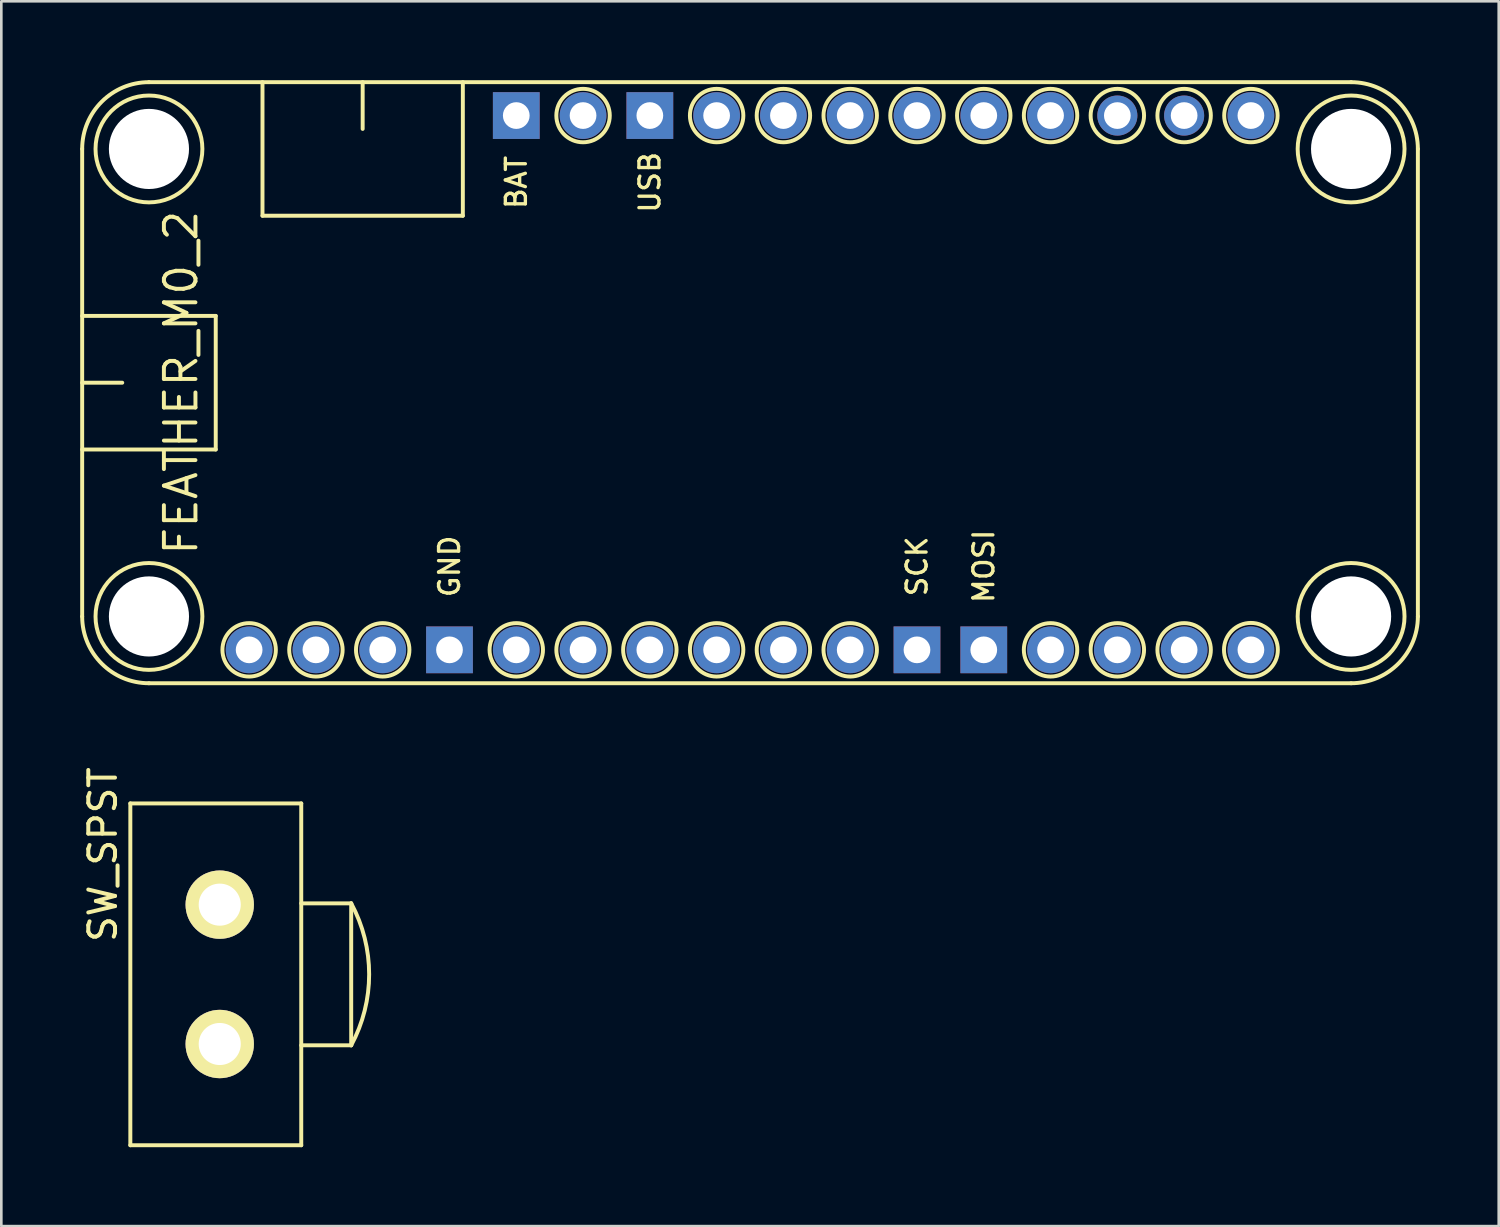
<source format=kicad_pcb>
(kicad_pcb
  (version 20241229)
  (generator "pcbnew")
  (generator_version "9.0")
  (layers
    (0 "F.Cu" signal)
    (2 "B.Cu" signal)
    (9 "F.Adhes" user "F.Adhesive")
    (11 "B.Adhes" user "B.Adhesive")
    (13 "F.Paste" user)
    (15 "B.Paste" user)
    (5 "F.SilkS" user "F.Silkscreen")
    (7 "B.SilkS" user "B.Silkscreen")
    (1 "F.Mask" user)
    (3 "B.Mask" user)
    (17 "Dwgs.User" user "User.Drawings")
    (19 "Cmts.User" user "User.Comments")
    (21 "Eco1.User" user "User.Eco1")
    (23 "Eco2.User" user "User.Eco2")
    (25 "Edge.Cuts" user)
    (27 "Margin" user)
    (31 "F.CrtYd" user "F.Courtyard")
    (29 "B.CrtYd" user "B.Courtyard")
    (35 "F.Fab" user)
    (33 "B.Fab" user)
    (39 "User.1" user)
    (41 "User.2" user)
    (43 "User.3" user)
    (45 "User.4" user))
  (footprint "SW_SPST"
    (layer "F.Cu")
    (at 5.307 34.006)
    (property "Reference" "SW_SPST" (at -4.445 -4.555 90) (layer "F.SilkS") (effects (font (size 1.016 1.016) (thickness 0.152))))
    (attr through_hole)
    (fp_line (start -3.4 -6.5) (end -3.4 6.5) (stroke (width 0.15) (type solid)) (layer "F.SilkS"))
    (fp_line (start -3.4 6.5) (end 3.1 6.5) (stroke (width 0.15) (type solid)) (layer "F.SilkS"))
    (fp_line (start 3.1 -6.5) (end -3.4 -6.5) (stroke (width 0.15) (type solid)) (layer "F.SilkS"))
    (fp_line (start 3.1 -2.7) (end 5 -2.7) (stroke (width 0.15) (type solid)) (layer "F.SilkS"))
    (fp_line (start 3.1 6.5) (end 3.1 -6.5) (stroke (width 0.15) (type solid)) (layer "F.SilkS"))
    (fp_line (start 5 -2.7) (end 5 2.7) (stroke (width 0.15) (type solid)) (layer "F.SilkS"))
    (fp_line (start 5 2.7) (end 3.1 2.7) (stroke (width 0.15) (type solid)) (layer "F.SilkS"))
    (fp_arc (start 5 -2.7) (mid 5.682429 0) (end 5 2.7) (stroke (width 0.15) (type solid)) (layer "F.SilkS"))
    (pad "1" thru_hole circle (at 0 2.65) (size 2.6 2.6) (drill 1.6) (layers "*.Cu" "*.Mask" "F.SilkS"))
    (pad "2" thru_hole circle (at 0 -2.65) (size 2.6 2.6) (drill 1.6) (layers "*.Cu" "*.Mask" "F.SilkS")))
  (footprint "FEATHER_M0_2"
    (layer "F.Cu")
    (at 25.475 11.505)
    (property "Reference" "FEATHER_M0_2" (at -21.639 0 90) (layer "F.SilkS") (effects (font (size 1.2 1.2) (thickness 0.15))))
    (attr through_hole)
    (fp_line (start -25.4 -8.89) (end -25.4 8.89) (stroke (width 0.15) (type solid)) (layer "F.SilkS"))
    (fp_line (start -25.4 -2.54) (end -20.32 -2.54) (stroke (width 0.15) (type solid)) (layer "F.SilkS"))
    (fp_line (start -25.4 0) (end -23.876 0) (stroke (width 0.15) (type solid)) (layer "F.SilkS"))
    (fp_line (start -22.86 11.43) (end 22.86 11.43) (stroke (width 0.15) (type solid)) (layer "F.SilkS"))
    (fp_line (start -20.32 -2.54) (end -20.32 2.54) (stroke (width 0.15) (type solid)) (layer "F.SilkS"))
    (fp_line (start -20.32 2.54) (end -25.4 2.54) (stroke (width 0.15) (type solid)) (layer "F.SilkS"))
    (fp_line (start -18.542 -6.35) (end -18.542 -11.43) (stroke (width 0.15) (type solid)) (layer "F.SilkS"))
    (fp_line (start -18.542 -6.35) (end -10.922 -6.35) (stroke (width 0.15) (type solid)) (layer "F.SilkS"))
    (fp_line (start -14.732 -11.43) (end -14.732 -9.652) (stroke (width 0.15) (type solid)) (layer "F.SilkS"))
    (fp_line (start -10.922 -6.35) (end -10.922 -11.43) (stroke (width 0.15) (type solid)) (layer "F.SilkS"))
    (fp_line (start 22.86 -11.43) (end -22.86 -11.43) (stroke (width 0.15) (type solid)) (layer "F.SilkS"))
    (fp_line (start 25.4 -8.89) (end 25.4 8.89) (stroke (width 0.15) (type solid)) (layer "F.SilkS"))
    (fp_arc (start -25.4 -8.89) (mid -24.656051 -10.686051) (end -22.86 -11.43) (stroke (width 0.15) (type solid)) (layer "F.SilkS"))
    (fp_arc (start -22.86 11.43) (mid -24.656051 10.686051) (end -25.4 8.89) (stroke (width 0.15) (type solid)) (layer "F.SilkS"))
    (fp_arc (start 22.86 -11.43) (mid 24.656051 -10.686051) (end 25.4 -8.89) (stroke (width 0.15) (type solid)) (layer "F.SilkS"))
    (fp_arc (start 25.4 8.89) (mid 24.656051 10.686051) (end 22.86 11.43) (stroke (width 0.15) (type solid)) (layer "F.SilkS"))
    (fp_circle (center -22.86 -8.89) (end -20.828 -8.89) (stroke (width 0.15) (type solid)) (fill no) (layer "F.SilkS"))
    (fp_circle (center -22.86 8.89) (end -20.828 8.89) (stroke (width 0.15) (type solid)) (fill no) (layer "F.SilkS"))
    (fp_circle (center -19.05 10.16) (end -18.034 10.16) (stroke (width 0.15) (type solid)) (fill no) (layer "F.SilkS"))
    (fp_circle (center -16.51 10.16) (end -15.494 10.16) (stroke (width 0.15) (type solid)) (fill no) (layer "F.SilkS"))
    (fp_circle (center -13.97 10.16) (end -12.954 10.16) (stroke (width 0.15) (type solid)) (fill no) (layer "F.SilkS"))
    (fp_circle (center -8.89 10.16) (end -9.906 10.16) (stroke (width 0.15) (type solid)) (fill no) (layer "F.SilkS"))
    (fp_circle (center -6.35 -10.16) (end -5.334 -10.16) (stroke (width 0.15) (type solid)) (fill no) (layer "F.SilkS"))
    (fp_circle (center -6.35 10.16) (end -7.366 10.16) (stroke (width 0.15) (type solid)) (fill no) (layer "F.SilkS"))
    (fp_circle (center -3.81 10.16) (end -4.826 10.16) (stroke (width 0.15) (type solid)) (fill no) (layer "F.SilkS"))
    (fp_circle (center -1.27 -10.16) (end -0.254 -10.16) (stroke (width 0.15) (type solid)) (fill no) (layer "F.SilkS"))
    (fp_circle (center -1.27 10.16) (end -2.286 10.16) (stroke (width 0.15) (type solid)) (fill no) (layer "F.SilkS"))
    (fp_circle (center 1.27 -10.16) (end 2.286 -10.16) (stroke (width 0.15) (type solid)) (fill no) (layer "F.SilkS"))
    (fp_circle (center 1.27 10.16) (end 0.254 10.16) (stroke (width 0.15) (type solid)) (fill no) (layer "F.SilkS"))
    (fp_circle (center 3.81 -10.16) (end 4.826 -10.16) (stroke (width 0.15) (type solid)) (fill no) (layer "F.SilkS"))
    (fp_circle (center 3.81 10.16) (end 2.794 10.16) (stroke (width 0.15) (type solid)) (fill no) (layer "F.SilkS"))
    (fp_circle (center 6.35 -10.16) (end 7.366 -10.16) (stroke (width 0.15) (type solid)) (fill no) (layer "F.SilkS"))
    (fp_circle (center 8.89 -10.16) (end 7.874 -10.16) (stroke (width 0.15) (type solid)) (fill no) (layer "F.SilkS"))
    (fp_circle (center 11.43 -10.16) (end 12.446 -10.16) (stroke (width 0.15) (type solid)) (fill no) (layer "F.SilkS"))
    (fp_circle (center 11.43 10.16) (end 12.446 10.16) (stroke (width 0.15) (type solid)) (fill no) (layer "F.SilkS"))
    (fp_circle (center 13.97 -10.16) (end 14.986 -10.16) (stroke (width 0.15) (type solid)) (fill no) (layer "F.SilkS"))
    (fp_circle (center 13.97 10.16) (end 14.986 10.16) (stroke (width 0.15) (type solid)) (fill no) (layer "F.SilkS"))
    (fp_circle (center 16.51 -10.16) (end 15.494 -10.16) (stroke (width 0.15) (type solid)) (fill no) (layer "F.SilkS"))
    (fp_circle (center 16.51 10.16) (end 17.526 10.16) (stroke (width 0.15) (type solid)) (fill no) (layer "F.SilkS"))
    (fp_circle (center 19.05 -10.16) (end 18.034 -10.16) (stroke (width 0.15) (type solid)) (fill no) (layer "F.SilkS"))
    (fp_circle (center 19.05 10.16) (end 20.066 10.033) (stroke (width 0.15) (type solid)) (fill no) (layer "F.SilkS"))
    (fp_circle (center 22.86 -8.89) (end 20.828 -8.89) (stroke (width 0.15) (type solid)) (fill no) (layer "F.SilkS"))
    (fp_circle (center 22.86 8.89) (end 20.828 8.89) (stroke (width 0.15) (type solid)) (fill no) (layer "F.SilkS"))
    (fp_text user "BAT" (at -8.89 -7.62 90) (layer "F.SilkS") (effects (font (size 0.762 0.762) (thickness 0.127))))
    (fp_text user "MOSI" (at 8.89 6.985 90) (layer "F.SilkS") (effects (font (size 0.762 0.762) (thickness 0.127))))
    (fp_text user "USB" (at -3.81 -7.62 90) (layer "F.SilkS") (effects (font (size 0.762 0.762) (thickness 0.127))))
    (fp_text user "SCK" (at 6.35 6.985 90) (layer "F.SilkS") (effects (font (size 0.762 0.762) (thickness 0.127))))
    (fp_text user "GND" (at -11.43 6.985 90) (layer "F.SilkS") (effects (font (size 0.762 0.762) (thickness 0.127))))
    (pad "" np_thru_hole circle (at -22.86 -8.89) (size 3.048 3.048) (drill 3.048) (layers "*.Cu" "*.Mask"))
    (pad "" np_thru_hole circle (at -22.86 8.89) (size 3.048 3.048) (drill 3.048) (layers "*.Cu" "*.Mask"))
    (pad "" np_thru_hole circle (at 22.86 -8.89) (size 3.048 3.048) (drill 3.048) (layers "*.Cu" "*.Mask"))
    (pad "" np_thru_hole circle (at 22.86 8.89) (size 3.048 3.048) (drill 3.048) (layers "*.Cu" "*.Mask"))
    (pad "1" thru_hole circle (at -19.05 10.16) (size 1.778 1.778) (drill 1.016) (layers "*.Cu" "*.Mask"))
    (pad "2" thru_hole circle (at -16.51 10.16) (size 1.778 1.778) (drill 1.016) (layers "*.Cu" "*.Mask"))
    (pad "3" thru_hole circle (at -13.97 10.16) (size 1.778 1.778) (drill 1.016) (layers "*.Cu" "*.Mask"))
    (pad "4" thru_hole rect (at -11.43 10.16) (size 1.778 1.778) (drill 1.016) (layers "*.Cu" "*.Mask"))
    (pad "5" thru_hole circle (at -8.89 10.16) (size 1.778 1.778) (drill 1.016) (layers "*.Cu" "*.Mask"))
    (pad "6" thru_hole circle (at -6.35 10.16) (size 1.778 1.778) (drill 1.016) (layers "*.Cu" "*.Mask"))
    (pad "7" thru_hole circle (at -3.81 10.16) (size 1.778 1.778) (drill 1.016) (layers "*.Cu" "*.Mask"))
    (pad "8" thru_hole circle (at -1.27 10.16) (size 1.778 1.778) (drill 1.016) (layers "*.Cu" "*.Mask"))
    (pad "9" thru_hole circle (at 1.27 10.16) (size 1.778 1.778) (drill 1.016) (layers "*.Cu" "*.Mask"))
    (pad "10" thru_hole circle (at 3.81 10.16) (size 1.778 1.778) (drill 1.016) (layers "*.Cu" "*.Mask"))
    (pad "11" thru_hole rect (at 6.35 10.16) (size 1.778 1.778) (drill 1.016) (layers "*.Cu" "*.Mask"))
    (pad "12" thru_hole rect (at 8.89 10.16) (size 1.778 1.778) (drill 1.016) (layers "*.Cu" "*.Mask"))
    (pad "13" thru_hole circle (at 11.43 10.16) (size 1.778 1.778) (drill 1.016) (layers "*.Cu" "*.Mask"))
    (pad "14" thru_hole circle (at 13.97 10.16) (size 1.778 1.778) (drill 1.016) (layers "*.Cu" "*.Mask"))
    (pad "15" thru_hole circle (at 16.51 10.16) (size 1.778 1.778) (drill 1.016) (layers "*.Cu" "*.Mask"))
    (pad "16" thru_hole circle (at 19.05 10.16) (size 1.778 1.778) (drill 1.016) (layers "*.Cu" "*.Mask"))
    (pad "17" thru_hole circle (at 19.05 -10.16) (size 1.778 1.778) (drill 1.016) (layers "*.Cu" "*.Mask"))
    (pad "18" thru_hole circle (at 16.51 -10.16) (size 1.524 1.524) (drill 1.016) (layers "*.Cu" "*.Mask"))
    (pad "19" thru_hole circle (at 13.97 -10.16) (size 1.524 1.524) (drill 1.016) (layers "*.Cu" "*.Mask"))
    (pad "20" thru_hole circle (at 11.43 -10.16) (size 1.778 1.778) (drill 1.016) (layers "*.Cu" "*.Mask"))
    (pad "21" thru_hole circle (at 8.89 -10.16) (size 1.778 1.778) (drill 1.016) (layers "*.Cu" "*.Mask"))
    (pad "22" thru_hole circle (at 6.35 -10.16) (size 1.778 1.778) (drill 1.016) (layers "*.Cu" "*.Mask"))
    (pad "23" thru_hole circle (at 3.81 -10.16) (size 1.778 1.778) (drill 1.016) (layers "*.Cu" "*.Mask"))
    (pad "24" thru_hole circle (at 1.27 -10.16) (size 1.778 1.778) (drill 1.016) (layers "*.Cu" "*.Mask"))
    (pad "25" thru_hole circle (at -1.27 -10.16) (size 1.778 1.778) (drill 1.016) (layers "*.Cu" "*.Mask"))
    (pad "26" thru_hole rect (at -3.81 -10.16) (size 1.778 1.778) (drill 1.016) (layers "*.Cu" "*.Mask"))
    (pad "27" thru_hole circle (at -6.35 -10.16) (size 1.778 1.778) (drill 1.016) (layers "*.Cu" "*.Mask"))
    (pad "28" thru_hole rect (at -8.89 -10.16) (size 1.778 1.778) (drill 1.016) (layers "*.Cu" "*.Mask")))
  (gr_rect
    (start -3 -3)
    (end 53.95 43.581)
    (stroke (width 0.1) (type default))
    (fill no)
    (layer "Edge.Cuts")))
</source>
